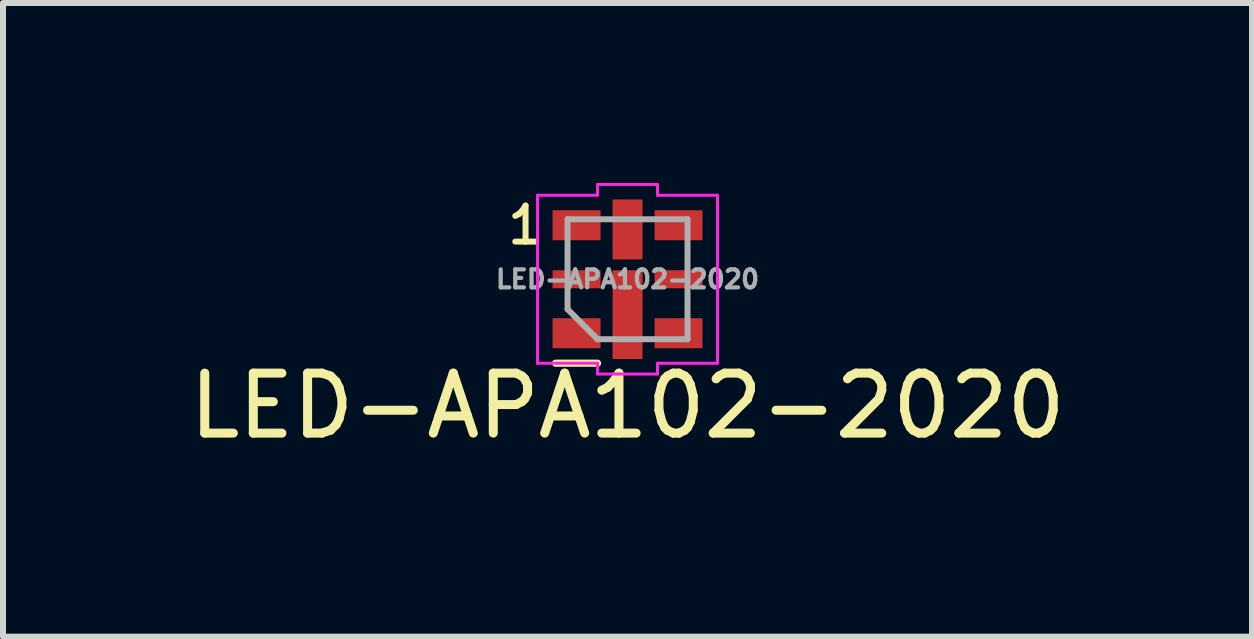
<source format=kicad_pcb>
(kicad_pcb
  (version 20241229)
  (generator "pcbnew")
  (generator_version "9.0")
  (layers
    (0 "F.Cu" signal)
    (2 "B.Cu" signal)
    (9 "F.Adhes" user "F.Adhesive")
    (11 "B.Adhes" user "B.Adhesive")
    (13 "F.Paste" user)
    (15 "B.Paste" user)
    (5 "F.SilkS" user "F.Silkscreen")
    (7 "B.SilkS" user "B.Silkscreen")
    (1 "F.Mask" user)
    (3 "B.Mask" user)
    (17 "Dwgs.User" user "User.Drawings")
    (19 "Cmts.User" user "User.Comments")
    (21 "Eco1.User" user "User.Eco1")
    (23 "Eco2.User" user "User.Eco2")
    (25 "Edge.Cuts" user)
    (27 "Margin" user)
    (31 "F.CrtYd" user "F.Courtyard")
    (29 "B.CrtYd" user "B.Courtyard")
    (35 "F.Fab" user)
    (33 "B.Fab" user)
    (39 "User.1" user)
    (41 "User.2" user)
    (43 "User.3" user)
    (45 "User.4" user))
  (footprint "LED-APA102-2020"
    (layer "F.Cu")
    (at 7.411 1.605)
    (property "Reference" "LED-APA102-2020" (at 0 2.11 0) (layer "F.SilkS") (effects (font (size 1 1) (thickness 0.15))))
    (attr smd)
    (fp_line (start -1.2 1.4) (end -0.5 1.4) (stroke (width 0.12) (type solid)) (layer "F.SilkS"))
    (fp_line (start -1.5 -1.4) (end -1.5 1.4) (stroke (width 0.05) (type solid)) (layer "F.CrtYd"))
    (fp_line (start -1.5 -1.4) (end -0.5 -1.4) (stroke (width 0.05) (type solid)) (layer "F.CrtYd"))
    (fp_line (start -0.5 -1.58) (end 0.5 -1.58) (stroke (width 0.05) (type solid)) (layer "F.CrtYd"))
    (fp_line (start -0.5 -1.4) (end -0.5 -1.58) (stroke (width 0.05) (type solid)) (layer "F.CrtYd"))
    (fp_line (start -0.5 1.4) (end -1.5 1.4) (stroke (width 0.05) (type solid)) (layer "F.CrtYd"))
    (fp_line (start -0.5 1.4) (end -0.5 1.58) (stroke (width 0.05) (type solid)) (layer "F.CrtYd"))
    (fp_line (start -0.5 1.58) (end 0.5 1.58) (stroke (width 0.05) (type solid)) (layer "F.CrtYd"))
    (fp_line (start 0.5 -1.58) (end 0.5 -1.4) (stroke (width 0.05) (type solid)) (layer "F.CrtYd"))
    (fp_line (start 0.5 -1.4) (end 1.5 -1.4) (stroke (width 0.05) (type solid)) (layer "F.CrtYd"))
    (fp_line (start 0.5 1.58) (end 0.5 1.4) (stroke (width 0.05) (type solid)) (layer "F.CrtYd"))
    (fp_line (start 1.5 -1.4) (end 1.5 1.4) (stroke (width 0.05) (type solid)) (layer "F.CrtYd"))
    (fp_line (start 1.5 1.4) (end 0.5 1.4) (stroke (width 0.05) (type solid)) (layer "F.CrtYd"))
    (fp_line (start -1 -1) (end 1 -1) (stroke (width 0.1) (type solid)) (layer "F.Fab"))
    (fp_line (start -1 0.5) (end -1 -1) (stroke (width 0.1) (type solid)) (layer "F.Fab"))
    (fp_line (start -1 0.5) (end -0.5 1) (stroke (width 0.1) (type solid)) (layer "F.Fab"))
    (fp_line (start 1 -1) (end 1 1) (stroke (width 0.1) (type solid)) (layer "F.Fab"))
    (fp_line (start 1 1) (end -0.5 1) (stroke (width 0.1) (type solid)) (layer "F.Fab"))
    (fp_text user "1" (at -1.7 -0.9 0) (unlocked yes) (layer "F.SilkS") (effects (font (size 0.6 0.6) (thickness 0.1))))
    (fp_text user "${REFERENCE}" (at 0 0 0) (layer "F.Fab") (effects (font (size 0.3 0.3) (thickness 0.07))))
    (pad "1" smd rect (at -0.85 -0.9) (size 0.8 0.5) (layers "F.Cu" "F.Mask" "F.Paste"))
    (pad "1" smd rect (at 0 -0.83 90) (size 1 0.5) (layers "F.Cu" "F.Mask" "F.Paste"))
    (pad "2" smd rect (at -0.85 0) (size 0.8 0.3) (layers "F.Cu" "F.Mask" "F.Paste"))
    (pad "3" smd rect (at -0.85 0.9) (size 0.8 0.5) (layers "F.Cu" "F.Mask" "F.Paste"))
    (pad "4" smd rect (at 0.85 0.9) (size 0.8 0.5) (layers "F.Cu" "F.Mask" "F.Paste"))
    (pad "5" smd rect (at 0.85 0) (size 0.8 0.3) (layers "F.Cu" "F.Mask" "F.Paste"))
    (pad "6" smd rect (at 0 0.59 90) (size 1.48 0.5) (layers "F.Cu" "F.Mask" "F.Paste"))
    (pad "6" smd rect (at 0.85 -0.9) (size 0.8 0.5) (layers "F.Cu" "F.Mask" "F.Paste")))
  (gr_rect
    (start -3 -3)
    (end 17.821 7.563)
    (stroke (width 0.1) (type default))
    (fill no)
    (layer "Edge.Cuts")))
</source>
